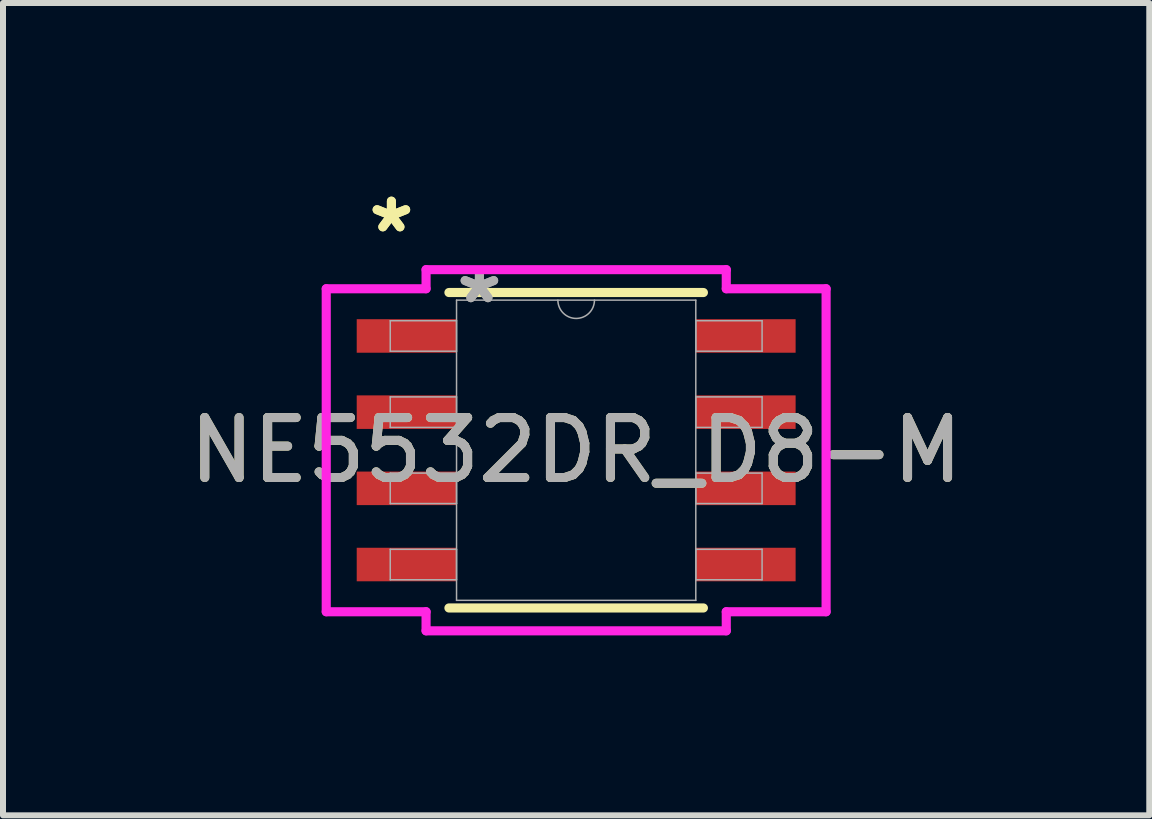
<source format=kicad_pcb>
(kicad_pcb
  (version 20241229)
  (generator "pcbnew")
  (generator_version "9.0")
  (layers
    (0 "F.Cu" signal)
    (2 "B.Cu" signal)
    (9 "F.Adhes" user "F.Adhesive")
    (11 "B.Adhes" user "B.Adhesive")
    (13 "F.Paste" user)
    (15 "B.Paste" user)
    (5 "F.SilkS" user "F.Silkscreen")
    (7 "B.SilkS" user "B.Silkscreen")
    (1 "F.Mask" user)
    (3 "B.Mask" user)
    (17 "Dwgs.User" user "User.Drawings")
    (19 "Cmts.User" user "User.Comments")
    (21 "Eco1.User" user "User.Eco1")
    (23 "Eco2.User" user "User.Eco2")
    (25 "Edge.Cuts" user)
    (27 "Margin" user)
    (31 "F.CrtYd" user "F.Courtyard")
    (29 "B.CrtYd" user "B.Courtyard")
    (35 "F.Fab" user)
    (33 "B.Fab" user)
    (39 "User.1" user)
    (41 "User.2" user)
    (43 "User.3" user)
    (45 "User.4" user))
  (footprint "NE5532DR_D8-M"
    (layer "F.Cu")
    (at 6.554 4.455)
    (property "Reference" "NE5532DR_D8-M" (at 0 0 0) (unlocked yes) (layer "F.SilkS") (effects (font (size 1 1) (thickness 0.15))))
    (attr smd)
    (fp_line (start -2.121 2.629) (end 2.121 2.629) (stroke (width 0.152) (type solid)) (layer "F.SilkS"))
    (fp_line (start 2.121 -2.629) (end -2.121 -2.629) (stroke (width 0.152) (type solid)) (layer "F.SilkS"))
    (fp_line (start -4.166 -2.692) (end -2.502 -2.692) (stroke (width 0.152) (type solid)) (layer "F.CrtYd"))
    (fp_line (start -4.166 2.692) (end -4.166 -2.692) (stroke (width 0.152) (type solid)) (layer "F.CrtYd"))
    (fp_line (start -4.166 2.692) (end -2.502 2.692) (stroke (width 0.152) (type solid)) (layer "F.CrtYd"))
    (fp_line (start -2.502 -3.01) (end 2.502 -3.01) (stroke (width 0.152) (type solid)) (layer "F.CrtYd"))
    (fp_line (start -2.502 -2.692) (end -2.502 -3.01) (stroke (width 0.152) (type solid)) (layer "F.CrtYd"))
    (fp_line (start -2.502 3.01) (end -2.502 2.692) (stroke (width 0.152) (type solid)) (layer "F.CrtYd"))
    (fp_line (start 2.502 -3.01) (end 2.502 -2.692) (stroke (width 0.152) (type solid)) (layer "F.CrtYd"))
    (fp_line (start 2.502 2.692) (end 2.502 3.01) (stroke (width 0.152) (type solid)) (layer "F.CrtYd"))
    (fp_line (start 2.502 3.01) (end -2.502 3.01) (stroke (width 0.152) (type solid)) (layer "F.CrtYd"))
    (fp_line (start 4.166 -2.692) (end 2.502 -2.692) (stroke (width 0.152) (type solid)) (layer "F.CrtYd"))
    (fp_line (start 4.166 -2.692) (end 4.166 2.692) (stroke (width 0.152) (type solid)) (layer "F.CrtYd"))
    (fp_line (start 4.166 2.692) (end 2.502 2.692) (stroke (width 0.152) (type solid)) (layer "F.CrtYd"))
    (fp_line (start -3.099 -2.159) (end -3.099 -1.651) (stroke (width 0.025) (type solid)) (layer "F.Fab"))
    (fp_line (start -3.099 -1.651) (end -1.994 -1.651) (stroke (width 0.025) (type solid)) (layer "F.Fab"))
    (fp_line (start -3.099 -0.889) (end -3.099 -0.381) (stroke (width 0.025) (type solid)) (layer "F.Fab"))
    (fp_line (start -3.099 -0.381) (end -1.994 -0.381) (stroke (width 0.025) (type solid)) (layer "F.Fab"))
    (fp_line (start -3.099 0.381) (end -3.099 0.889) (stroke (width 0.025) (type solid)) (layer "F.Fab"))
    (fp_line (start -3.099 0.889) (end -1.994 0.889) (stroke (width 0.025) (type solid)) (layer "F.Fab"))
    (fp_line (start -3.099 1.651) (end -3.099 2.159) (stroke (width 0.025) (type solid)) (layer "F.Fab"))
    (fp_line (start -3.099 2.159) (end -1.994 2.159) (stroke (width 0.025) (type solid)) (layer "F.Fab"))
    (fp_line (start -1.994 -2.502) (end -1.994 2.502) (stroke (width 0.025) (type solid)) (layer "F.Fab"))
    (fp_line (start -1.994 -2.159) (end -3.099 -2.159) (stroke (width 0.025) (type solid)) (layer "F.Fab"))
    (fp_line (start -1.994 -1.651) (end -1.994 -2.159) (stroke (width 0.025) (type solid)) (layer "F.Fab"))
    (fp_line (start -1.994 -0.889) (end -3.099 -0.889) (stroke (width 0.025) (type solid)) (layer "F.Fab"))
    (fp_line (start -1.994 -0.381) (end -1.994 -0.889) (stroke (width 0.025) (type solid)) (layer "F.Fab"))
    (fp_line (start -1.994 0.381) (end -3.099 0.381) (stroke (width 0.025) (type solid)) (layer "F.Fab"))
    (fp_line (start -1.994 0.889) (end -1.994 0.381) (stroke (width 0.025) (type solid)) (layer "F.Fab"))
    (fp_line (start -1.994 1.651) (end -3.099 1.651) (stroke (width 0.025) (type solid)) (layer "F.Fab"))
    (fp_line (start -1.994 2.159) (end -1.994 1.651) (stroke (width 0.025) (type solid)) (layer "F.Fab"))
    (fp_line (start -1.994 2.502) (end 1.994 2.502) (stroke (width 0.025) (type solid)) (layer "F.Fab"))
    (fp_line (start 1.994 -2.502) (end -1.994 -2.502) (stroke (width 0.025) (type solid)) (layer "F.Fab"))
    (fp_line (start 1.994 -2.159) (end 1.994 -1.651) (stroke (width 0.025) (type solid)) (layer "F.Fab"))
    (fp_line (start 1.994 -1.651) (end 3.099 -1.651) (stroke (width 0.025) (type solid)) (layer "F.Fab"))
    (fp_line (start 1.994 -0.889) (end 1.994 -0.381) (stroke (width 0.025) (type solid)) (layer "F.Fab"))
    (fp_line (start 1.994 -0.381) (end 3.099 -0.381) (stroke (width 0.025) (type solid)) (layer "F.Fab"))
    (fp_line (start 1.994 0.381) (end 1.994 0.889) (stroke (width 0.025) (type solid)) (layer "F.Fab"))
    (fp_line (start 1.994 0.889) (end 3.099 0.889) (stroke (width 0.025) (type solid)) (layer "F.Fab"))
    (fp_line (start 1.994 1.651) (end 1.994 2.159) (stroke (width 0.025) (type solid)) (layer "F.Fab"))
    (fp_line (start 1.994 2.159) (end 3.099 2.159) (stroke (width 0.025) (type solid)) (layer "F.Fab"))
    (fp_line (start 1.994 2.502) (end 1.994 -2.502) (stroke (width 0.025) (type solid)) (layer "F.Fab"))
    (fp_line (start 3.099 -2.159) (end 1.994 -2.159) (stroke (width 0.025) (type solid)) (layer "F.Fab"))
    (fp_line (start 3.099 -1.651) (end 3.099 -2.159) (stroke (width 0.025) (type solid)) (layer "F.Fab"))
    (fp_line (start 3.099 -0.889) (end 1.994 -0.889) (stroke (width 0.025) (type solid)) (layer "F.Fab"))
    (fp_line (start 3.099 -0.381) (end 3.099 -0.889) (stroke (width 0.025) (type solid)) (layer "F.Fab"))
    (fp_line (start 3.099 0.381) (end 1.994 0.381) (stroke (width 0.025) (type solid)) (layer "F.Fab"))
    (fp_line (start 3.099 0.889) (end 3.099 0.381) (stroke (width 0.025) (type solid)) (layer "F.Fab"))
    (fp_line (start 3.099 1.651) (end 1.994 1.651) (stroke (width 0.025) (type solid)) (layer "F.Fab"))
    (fp_line (start 3.099 2.159) (end 3.099 1.651) (stroke (width 0.025) (type solid)) (layer "F.Fab"))
    (fp_arc (start 0.3048 -2.5019) (mid 0 -2.1971) (end -0.3048 -2.5019) (stroke (width 0.0254) (type solid)) (layer "F.Fab"))
    (fp_text user "*" (at -3.08 -3.607 0) (layer "F.SilkS") (effects (font (size 1 1) (thickness 0.15))))
    (fp_text user "*" (at -3.08 -3.607 0) (unlocked yes) (layer "F.SilkS") (effects (font (size 1 1) (thickness 0.15))))
    (fp_text user "${REFERENCE}" (at 0 0 0) (unlocked yes) (layer "F.Fab") (effects (font (size 1 1) (thickness 0.15))))
    (fp_text user "*" (at -1.613 -2.426 0) (unlocked yes) (layer "F.Fab") (effects (font (size 1 1) (thickness 0.15))))
    (fp_text user "*" (at -1.613 -2.426 0) (layer "F.Fab") (effects (font (size 1 1) (thickness 0.15))))
    (pad "1" smd rect (at -2.826 -1.905) (size 1.664 0.559) (layers "F.Cu" "F.Mask" "F.Paste"))
    (pad "2" smd rect (at -2.826 -0.635) (size 1.664 0.559) (layers "F.Cu" "F.Mask" "F.Paste"))
    (pad "3" smd rect (at -2.826 0.635) (size 1.664 0.559) (layers "F.Cu" "F.Mask" "F.Paste"))
    (pad "4" smd rect (at -2.826 1.905) (size 1.664 0.559) (layers "F.Cu" "F.Mask" "F.Paste"))
    (pad "5" smd rect (at 2.826 1.905) (size 1.664 0.559) (layers "F.Cu" "F.Mask" "F.Paste"))
    (pad "6" smd rect (at 2.826 0.635) (size 1.664 0.559) (layers "F.Cu" "F.Mask" "F.Paste"))
    (pad "7" smd rect (at 2.826 -0.635) (size 1.664 0.559) (layers "F.Cu" "F.Mask" "F.Paste"))
    (pad "8" smd rect (at 2.826 -1.905) (size 1.664 0.559) (layers "F.Cu" "F.Mask" "F.Paste")))
  (gr_rect
    (start -3 -3)
    (end 16.107 10.541)
    (stroke (width 0.1) (type default))
    (fill no)
    (layer "Edge.Cuts")))
</source>
